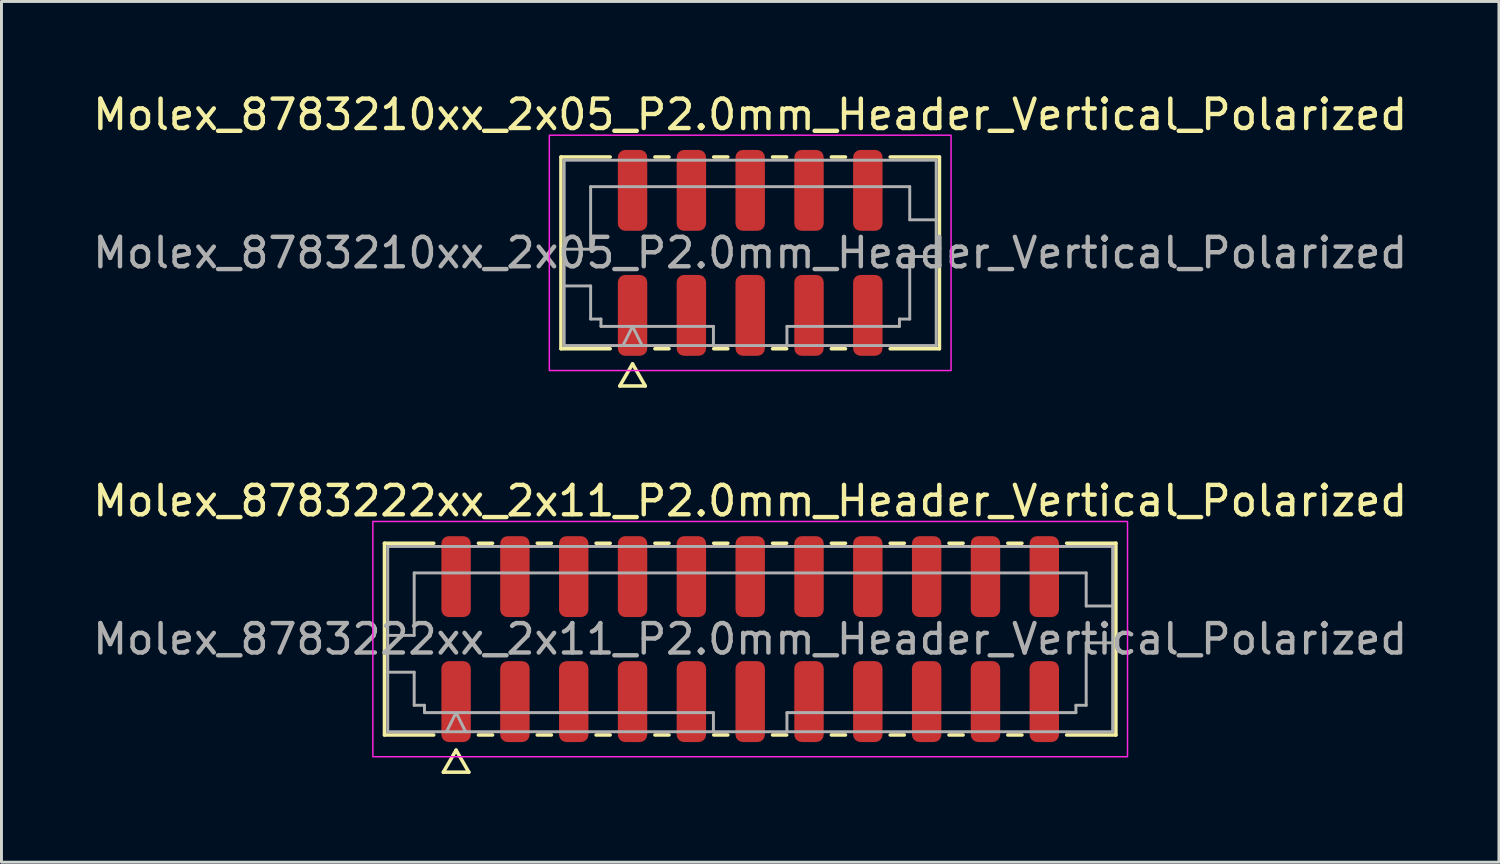
<source format=kicad_pcb>
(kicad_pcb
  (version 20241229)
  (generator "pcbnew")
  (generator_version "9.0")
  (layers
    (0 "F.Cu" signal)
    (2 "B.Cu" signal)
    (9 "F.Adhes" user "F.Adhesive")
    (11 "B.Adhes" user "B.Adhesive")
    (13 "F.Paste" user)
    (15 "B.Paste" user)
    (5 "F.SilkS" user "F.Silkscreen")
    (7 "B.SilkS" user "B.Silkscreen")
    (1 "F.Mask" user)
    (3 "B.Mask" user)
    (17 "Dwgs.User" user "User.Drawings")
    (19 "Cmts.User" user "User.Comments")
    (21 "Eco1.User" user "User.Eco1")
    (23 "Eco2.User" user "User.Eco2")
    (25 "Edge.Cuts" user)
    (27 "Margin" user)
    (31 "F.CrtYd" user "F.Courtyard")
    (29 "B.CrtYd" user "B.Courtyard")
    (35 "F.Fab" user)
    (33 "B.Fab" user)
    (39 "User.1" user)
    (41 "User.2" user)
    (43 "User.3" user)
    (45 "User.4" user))
  (footprint "Molex_8783210xx_2x05_P2.0mm_Header_Vertical_Polarized"
    (layer "F.Cu")
    (at 22.458 5.548)
    (property "Reference" "Molex_8783210xx_2x05_P2.0mm_Header_Vertical_Polarized" (at 0 -4.7 0) (layer "F.SilkS") (effects (font (size 1 1) (thickness 0.15))))
    (attr smd)
    (fp_line (start -6.435 -3.26) (end -4.76 -3.26) (stroke (width 0.12) (type solid)) (layer "F.SilkS"))
    (fp_line (start -6.435 3.26) (end -6.435 -3.26) (stroke (width 0.12) (type solid)) (layer "F.SilkS"))
    (fp_line (start -4.76 3.26) (end -6.435 3.26) (stroke (width 0.12) (type solid)) (layer "F.SilkS"))
    (fp_line (start -4.433 4.525) (end -4 3.775) (stroke (width 0.12) (type solid)) (layer "F.SilkS"))
    (fp_line (start -4 3.775) (end -3.567 4.525) (stroke (width 0.12) (type solid)) (layer "F.SilkS"))
    (fp_line (start -3.567 4.525) (end -4.433 4.525) (stroke (width 0.12) (type solid)) (layer "F.SilkS"))
    (fp_line (start -3.24 -3.26) (end -2.76 -3.26) (stroke (width 0.12) (type solid)) (layer "F.SilkS"))
    (fp_line (start -2.76 3.26) (end -3.24 3.26) (stroke (width 0.12) (type solid)) (layer "F.SilkS"))
    (fp_line (start -1.24 -3.26) (end -0.76 -3.26) (stroke (width 0.12) (type solid)) (layer "F.SilkS"))
    (fp_line (start -0.76 3.26) (end -1.24 3.26) (stroke (width 0.12) (type solid)) (layer "F.SilkS"))
    (fp_line (start 0.76 -3.26) (end 1.24 -3.26) (stroke (width 0.12) (type solid)) (layer "F.SilkS"))
    (fp_line (start 1.24 3.26) (end 0.76 3.26) (stroke (width 0.12) (type solid)) (layer "F.SilkS"))
    (fp_line (start 2.76 -3.26) (end 3.24 -3.26) (stroke (width 0.12) (type solid)) (layer "F.SilkS"))
    (fp_line (start 3.24 3.26) (end 2.76 3.26) (stroke (width 0.12) (type solid)) (layer "F.SilkS"))
    (fp_line (start 4.76 -3.26) (end 6.435 -3.26) (stroke (width 0.12) (type solid)) (layer "F.SilkS"))
    (fp_line (start 6.435 -3.26) (end 6.435 3.26) (stroke (width 0.12) (type solid)) (layer "F.SilkS"))
    (fp_line (start 6.435 3.26) (end 4.76 3.26) (stroke (width 0.12) (type solid)) (layer "F.SilkS"))
    (fp_rect (start -6.83 -4) (end 6.83 4) (stroke (width 0.05) (type solid)) (fill no) (layer "F.CrtYd"))
    (fp_line (start -6.325 -3.15) (end 6.325 -3.15) (stroke (width 0.1) (type solid)) (layer "F.Fab"))
    (fp_line (start -6.325 -0.125) (end -5.425 -0.125) (stroke (width 0.1) (type solid)) (layer "F.Fab"))
    (fp_line (start -6.325 1.125) (end -5.425 1.125) (stroke (width 0.1) (type solid)) (layer "F.Fab"))
    (fp_line (start -6.325 3.15) (end -6.325 -3.15) (stroke (width 0.1) (type solid)) (layer "F.Fab"))
    (fp_line (start -5.425 -2.25) (end 5.425 -2.25) (stroke (width 0.1) (type solid)) (layer "F.Fab"))
    (fp_line (start -5.425 -0.125) (end -5.425 -2.25) (stroke (width 0.1) (type solid)) (layer "F.Fab"))
    (fp_line (start -5.425 1.125) (end -5.425 2.25) (stroke (width 0.1) (type solid)) (layer "F.Fab"))
    (fp_line (start -5.425 2.25) (end -5.075 2.25) (stroke (width 0.1) (type solid)) (layer "F.Fab"))
    (fp_line (start -5.075 2.25) (end -5.075 2.5) (stroke (width 0.1) (type solid)) (layer "F.Fab"))
    (fp_line (start -5.075 2.5) (end -1.25 2.5) (stroke (width 0.1) (type solid)) (layer "F.Fab"))
    (fp_line (start -4.325 3.15) (end -4 2.5) (stroke (width 0.1) (type solid)) (layer "F.Fab"))
    (fp_line (start -4 2.5) (end -3.675 3.15) (stroke (width 0.1) (type solid)) (layer "F.Fab"))
    (fp_line (start -1.25 2.5) (end -1.25 3.15) (stroke (width 0.1) (type solid)) (layer "F.Fab"))
    (fp_line (start 1.25 2.5) (end 1.25 3.15) (stroke (width 0.1) (type solid)) (layer "F.Fab"))
    (fp_line (start 1.25 2.5) (end 5.075 2.5) (stroke (width 0.1) (type solid)) (layer "F.Fab"))
    (fp_line (start 5.075 2.25) (end 5.425 2.25) (stroke (width 0.1) (type solid)) (layer "F.Fab"))
    (fp_line (start 5.075 2.5) (end 5.075 2.25) (stroke (width 0.1) (type solid)) (layer "F.Fab"))
    (fp_line (start 5.425 -2.25) (end 5.425 -1.125) (stroke (width 0.1) (type solid)) (layer "F.Fab"))
    (fp_line (start 5.425 -1.125) (end 6.325 -1.125) (stroke (width 0.1) (type solid)) (layer "F.Fab"))
    (fp_line (start 5.425 0.125) (end 6.325 0.125) (stroke (width 0.1) (type solid)) (layer "F.Fab"))
    (fp_line (start 5.425 2.25) (end 5.425 0.125) (stroke (width 0.1) (type solid)) (layer "F.Fab"))
    (fp_line (start 6.325 -3.15) (end 6.325 3.15) (stroke (width 0.1) (type solid)) (layer "F.Fab"))
    (fp_line (start 6.325 3.15) (end -6.325 3.15) (stroke (width 0.1) (type solid)) (layer "F.Fab"))
    (fp_text user "${REFERENCE}" (at 0 0 0) (layer "F.Fab") (effects (font (size 1 1) (thickness 0.15))))
    (pad "1" smd roundrect (at -4 2.125) (size 1 2.75) (layers "F.Cu" "F.Mask" "F.Paste") (roundrect_rratio 0.25))
    (pad "2" smd roundrect (at -4 -2.125) (size 1 2.75) (layers "F.Cu" "F.Mask" "F.Paste") (roundrect_rratio 0.25))
    (pad "3" smd roundrect (at -2 2.125) (size 1 2.75) (layers "F.Cu" "F.Mask" "F.Paste") (roundrect_rratio 0.25))
    (pad "4" smd roundrect (at -2 -2.125) (size 1 2.75) (layers "F.Cu" "F.Mask" "F.Paste") (roundrect_rratio 0.25))
    (pad "5" smd roundrect (at 0 2.125) (size 1 2.75) (layers "F.Cu" "F.Mask" "F.Paste") (roundrect_rratio 0.25))
    (pad "6" smd roundrect (at 0 -2.125) (size 1 2.75) (layers "F.Cu" "F.Mask" "F.Paste") (roundrect_rratio 0.25))
    (pad "7" smd roundrect (at 2 2.125) (size 1 2.75) (layers "F.Cu" "F.Mask" "F.Paste") (roundrect_rratio 0.25))
    (pad "8" smd roundrect (at 2 -2.125) (size 1 2.75) (layers "F.Cu" "F.Mask" "F.Paste") (roundrect_rratio 0.25))
    (pad "9" smd roundrect (at 4 2.125) (size 1 2.75) (layers "F.Cu" "F.Mask" "F.Paste") (roundrect_rratio 0.25))
    (pad "10" smd roundrect (at 4 -2.125) (size 1 2.75) (layers "F.Cu" "F.Mask" "F.Paste") (roundrect_rratio 0.25)))
  (footprint "Molex_8783222xx_2x11_P2.0mm_Header_Vertical_Polarized"
    (layer "F.Cu")
    (at 22.458 18.681)
    (property "Reference" "Molex_8783222xx_2x11_P2.0mm_Header_Vertical_Polarized" (at 0 -4.7 0) (layer "F.SilkS") (effects (font (size 1 1) (thickness 0.15))))
    (attr smd)
    (fp_line (start -12.435 -3.26) (end -10.76 -3.26) (stroke (width 0.12) (type solid)) (layer "F.SilkS"))
    (fp_line (start -12.435 3.26) (end -12.435 -3.26) (stroke (width 0.12) (type solid)) (layer "F.SilkS"))
    (fp_line (start -10.76 3.26) (end -12.435 3.26) (stroke (width 0.12) (type solid)) (layer "F.SilkS"))
    (fp_line (start -10.433 4.525) (end -10 3.775) (stroke (width 0.12) (type solid)) (layer "F.SilkS"))
    (fp_line (start -10 3.775) (end -9.567 4.525) (stroke (width 0.12) (type solid)) (layer "F.SilkS"))
    (fp_line (start -9.567 4.525) (end -10.433 4.525) (stroke (width 0.12) (type solid)) (layer "F.SilkS"))
    (fp_line (start -9.24 -3.26) (end -8.76 -3.26) (stroke (width 0.12) (type solid)) (layer "F.SilkS"))
    (fp_line (start -8.76 3.26) (end -9.24 3.26) (stroke (width 0.12) (type solid)) (layer "F.SilkS"))
    (fp_line (start -7.24 -3.26) (end -6.76 -3.26) (stroke (width 0.12) (type solid)) (layer "F.SilkS"))
    (fp_line (start -6.76 3.26) (end -7.24 3.26) (stroke (width 0.12) (type solid)) (layer "F.SilkS"))
    (fp_line (start -5.24 -3.26) (end -4.76 -3.26) (stroke (width 0.12) (type solid)) (layer "F.SilkS"))
    (fp_line (start -4.76 3.26) (end -5.24 3.26) (stroke (width 0.12) (type solid)) (layer "F.SilkS"))
    (fp_line (start -3.24 -3.26) (end -2.76 -3.26) (stroke (width 0.12) (type solid)) (layer "F.SilkS"))
    (fp_line (start -2.76 3.26) (end -3.24 3.26) (stroke (width 0.12) (type solid)) (layer "F.SilkS"))
    (fp_line (start -1.24 -3.26) (end -0.76 -3.26) (stroke (width 0.12) (type solid)) (layer "F.SilkS"))
    (fp_line (start -0.76 3.26) (end -1.24 3.26) (stroke (width 0.12) (type solid)) (layer "F.SilkS"))
    (fp_line (start 0.76 -3.26) (end 1.24 -3.26) (stroke (width 0.12) (type solid)) (layer "F.SilkS"))
    (fp_line (start 1.24 3.26) (end 0.76 3.26) (stroke (width 0.12) (type solid)) (layer "F.SilkS"))
    (fp_line (start 2.76 -3.26) (end 3.24 -3.26) (stroke (width 0.12) (type solid)) (layer "F.SilkS"))
    (fp_line (start 3.24 3.26) (end 2.76 3.26) (stroke (width 0.12) (type solid)) (layer "F.SilkS"))
    (fp_line (start 4.76 -3.26) (end 5.24 -3.26) (stroke (width 0.12) (type solid)) (layer "F.SilkS"))
    (fp_line (start 5.24 3.26) (end 4.76 3.26) (stroke (width 0.12) (type solid)) (layer "F.SilkS"))
    (fp_line (start 6.76 -3.26) (end 7.24 -3.26) (stroke (width 0.12) (type solid)) (layer "F.SilkS"))
    (fp_line (start 7.24 3.26) (end 6.76 3.26) (stroke (width 0.12) (type solid)) (layer "F.SilkS"))
    (fp_line (start 8.76 -3.26) (end 9.24 -3.26) (stroke (width 0.12) (type solid)) (layer "F.SilkS"))
    (fp_line (start 9.24 3.26) (end 8.76 3.26) (stroke (width 0.12) (type solid)) (layer "F.SilkS"))
    (fp_line (start 10.76 -3.26) (end 12.435 -3.26) (stroke (width 0.12) (type solid)) (layer "F.SilkS"))
    (fp_line (start 12.435 -3.26) (end 12.435 3.26) (stroke (width 0.12) (type solid)) (layer "F.SilkS"))
    (fp_line (start 12.435 3.26) (end 10.76 3.26) (stroke (width 0.12) (type solid)) (layer "F.SilkS"))
    (fp_rect (start -12.83 -4) (end 12.83 4) (stroke (width 0.05) (type solid)) (fill no) (layer "F.CrtYd"))
    (fp_line (start -12.325 -3.15) (end 12.325 -3.15) (stroke (width 0.1) (type solid)) (layer "F.Fab"))
    (fp_line (start -12.325 -0.125) (end -11.425 -0.125) (stroke (width 0.1) (type solid)) (layer "F.Fab"))
    (fp_line (start -12.325 1.125) (end -11.425 1.125) (stroke (width 0.1) (type solid)) (layer "F.Fab"))
    (fp_line (start -12.325 3.15) (end -12.325 -3.15) (stroke (width 0.1) (type solid)) (layer "F.Fab"))
    (fp_line (start -11.425 -2.25) (end 11.425 -2.25) (stroke (width 0.1) (type solid)) (layer "F.Fab"))
    (fp_line (start -11.425 -0.125) (end -11.425 -2.25) (stroke (width 0.1) (type solid)) (layer "F.Fab"))
    (fp_line (start -11.425 1.125) (end -11.425 2.25) (stroke (width 0.1) (type solid)) (layer "F.Fab"))
    (fp_line (start -11.425 2.25) (end -11.075 2.25) (stroke (width 0.1) (type solid)) (layer "F.Fab"))
    (fp_line (start -11.075 2.25) (end -11.075 2.5) (stroke (width 0.1) (type solid)) (layer "F.Fab"))
    (fp_line (start -11.075 2.5) (end -1.25 2.5) (stroke (width 0.1) (type solid)) (layer "F.Fab"))
    (fp_line (start -10.325 3.15) (end -10 2.5) (stroke (width 0.1) (type solid)) (layer "F.Fab"))
    (fp_line (start -10 2.5) (end -9.675 3.15) (stroke (width 0.1) (type solid)) (layer "F.Fab"))
    (fp_line (start -1.25 2.5) (end -1.25 3.15) (stroke (width 0.1) (type solid)) (layer "F.Fab"))
    (fp_line (start 1.25 2.5) (end 1.25 3.15) (stroke (width 0.1) (type solid)) (layer "F.Fab"))
    (fp_line (start 1.25 2.5) (end 11.075 2.5) (stroke (width 0.1) (type solid)) (layer "F.Fab"))
    (fp_line (start 11.075 2.25) (end 11.425 2.25) (stroke (width 0.1) (type solid)) (layer "F.Fab"))
    (fp_line (start 11.075 2.5) (end 11.075 2.25) (stroke (width 0.1) (type solid)) (layer "F.Fab"))
    (fp_line (start 11.425 -2.25) (end 11.425 -1.125) (stroke (width 0.1) (type solid)) (layer "F.Fab"))
    (fp_line (start 11.425 -1.125) (end 12.325 -1.125) (stroke (width 0.1) (type solid)) (layer "F.Fab"))
    (fp_line (start 11.425 0.125) (end 12.325 0.125) (stroke (width 0.1) (type solid)) (layer "F.Fab"))
    (fp_line (start 11.425 2.25) (end 11.425 0.125) (stroke (width 0.1) (type solid)) (layer "F.Fab"))
    (fp_line (start 12.325 -3.15) (end 12.325 3.15) (stroke (width 0.1) (type solid)) (layer "F.Fab"))
    (fp_line (start 12.325 3.15) (end -12.325 3.15) (stroke (width 0.1) (type solid)) (layer "F.Fab"))
    (fp_text user "${REFERENCE}" (at 0 0 0) (layer "F.Fab") (effects (font (size 1 1) (thickness 0.15))))
    (pad "1" smd roundrect (at -10 2.125) (size 1 2.75) (layers "F.Cu" "F.Mask" "F.Paste") (roundrect_rratio 0.25))
    (pad "2" smd roundrect (at -10 -2.125) (size 1 2.75) (layers "F.Cu" "F.Mask" "F.Paste") (roundrect_rratio 0.25))
    (pad "3" smd roundrect (at -8 2.125) (size 1 2.75) (layers "F.Cu" "F.Mask" "F.Paste") (roundrect_rratio 0.25))
    (pad "4" smd roundrect (at -8 -2.125) (size 1 2.75) (layers "F.Cu" "F.Mask" "F.Paste") (roundrect_rratio 0.25))
    (pad "5" smd roundrect (at -6 2.125) (size 1 2.75) (layers "F.Cu" "F.Mask" "F.Paste") (roundrect_rratio 0.25))
    (pad "6" smd roundrect (at -6 -2.125) (size 1 2.75) (layers "F.Cu" "F.Mask" "F.Paste") (roundrect_rratio 0.25))
    (pad "7" smd roundrect (at -4 2.125) (size 1 2.75) (layers "F.Cu" "F.Mask" "F.Paste") (roundrect_rratio 0.25))
    (pad "8" smd roundrect (at -4 -2.125) (size 1 2.75) (layers "F.Cu" "F.Mask" "F.Paste") (roundrect_rratio 0.25))
    (pad "9" smd roundrect (at -2 2.125) (size 1 2.75) (layers "F.Cu" "F.Mask" "F.Paste") (roundrect_rratio 0.25))
    (pad "10" smd roundrect (at -2 -2.125) (size 1 2.75) (layers "F.Cu" "F.Mask" "F.Paste") (roundrect_rratio 0.25))
    (pad "11" smd roundrect (at 0 2.125) (size 1 2.75) (layers "F.Cu" "F.Mask" "F.Paste") (roundrect_rratio 0.25))
    (pad "12" smd roundrect (at 0 -2.125) (size 1 2.75) (layers "F.Cu" "F.Mask" "F.Paste") (roundrect_rratio 0.25))
    (pad "13" smd roundrect (at 2 2.125) (size 1 2.75) (layers "F.Cu" "F.Mask" "F.Paste") (roundrect_rratio 0.25))
    (pad "14" smd roundrect (at 2 -2.125) (size 1 2.75) (layers "F.Cu" "F.Mask" "F.Paste") (roundrect_rratio 0.25))
    (pad "15" smd roundrect (at 4 2.125) (size 1 2.75) (layers "F.Cu" "F.Mask" "F.Paste") (roundrect_rratio 0.25))
    (pad "16" smd roundrect (at 4 -2.125) (size 1 2.75) (layers "F.Cu" "F.Mask" "F.Paste") (roundrect_rratio 0.25))
    (pad "17" smd roundrect (at 6 2.125) (size 1 2.75) (layers "F.Cu" "F.Mask" "F.Paste") (roundrect_rratio 0.25))
    (pad "18" smd roundrect (at 6 -2.125) (size 1 2.75) (layers "F.Cu" "F.Mask" "F.Paste") (roundrect_rratio 0.25))
    (pad "19" smd roundrect (at 8 2.125) (size 1 2.75) (layers "F.Cu" "F.Mask" "F.Paste") (roundrect_rratio 0.25))
    (pad "20" smd roundrect (at 8 -2.125) (size 1 2.75) (layers "F.Cu" "F.Mask" "F.Paste") (roundrect_rratio 0.25))
    (pad "21" smd roundrect (at 10 2.125) (size 1 2.75) (layers "F.Cu" "F.Mask" "F.Paste") (roundrect_rratio 0.25))
    (pad "22" smd roundrect (at 10 -2.125) (size 1 2.75) (layers "F.Cu" "F.Mask" "F.Paste") (roundrect_rratio 0.25)))
  (gr_rect
    (start -3 -3)
    (end 47.917 26.267)
    (stroke (width 0.1) (type default))
    (fill no)
    (layer "Edge.Cuts")))
</source>
